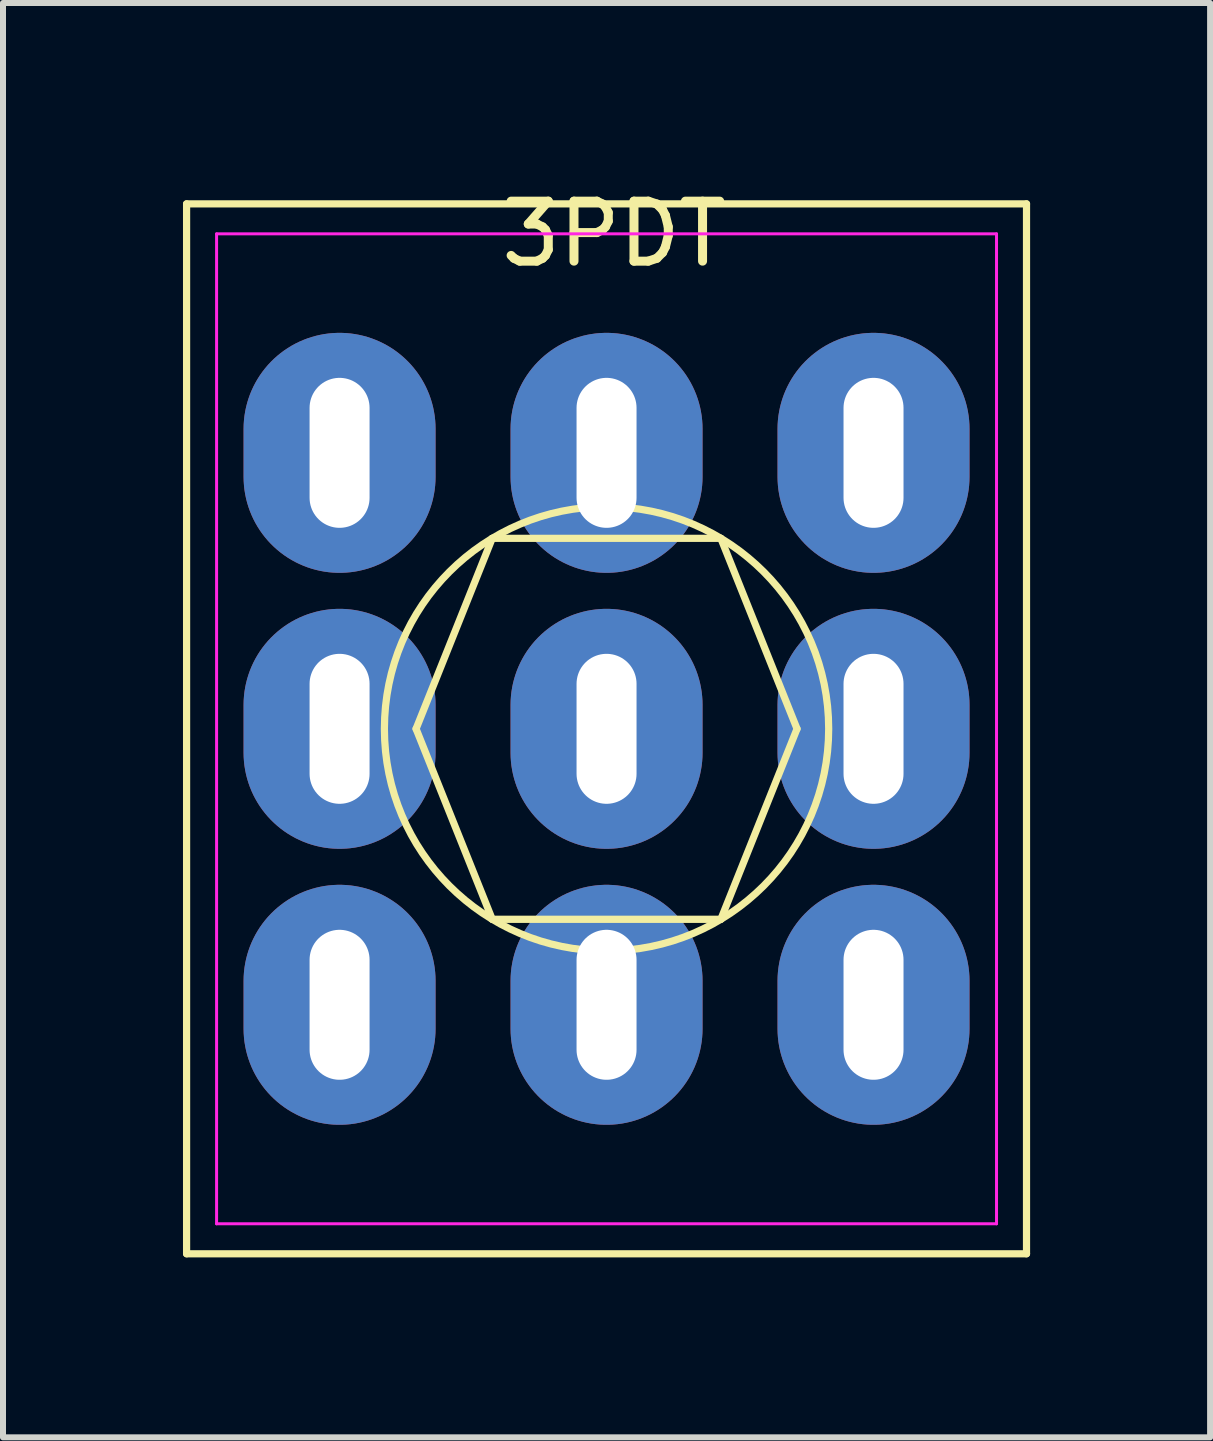
<source format=kicad_pcb>
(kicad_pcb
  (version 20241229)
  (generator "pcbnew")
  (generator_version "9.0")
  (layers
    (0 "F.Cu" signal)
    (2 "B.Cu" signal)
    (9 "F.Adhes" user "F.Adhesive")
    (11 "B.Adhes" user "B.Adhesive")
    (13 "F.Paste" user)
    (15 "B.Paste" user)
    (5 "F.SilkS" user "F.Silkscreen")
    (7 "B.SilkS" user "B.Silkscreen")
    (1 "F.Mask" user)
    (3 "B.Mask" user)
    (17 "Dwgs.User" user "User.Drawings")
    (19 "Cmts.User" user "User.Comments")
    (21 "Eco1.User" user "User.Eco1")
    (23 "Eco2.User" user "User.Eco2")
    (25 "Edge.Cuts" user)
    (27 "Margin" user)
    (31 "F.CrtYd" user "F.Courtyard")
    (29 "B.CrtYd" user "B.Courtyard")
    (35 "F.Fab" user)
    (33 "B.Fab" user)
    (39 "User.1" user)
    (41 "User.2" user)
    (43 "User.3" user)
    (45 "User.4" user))
  (footprint "3PDT"
    (layer "F.Cu")
    (at 7.06 9.098)
    (property "Reference" "3PDT" (at 0.124 -8.25 0) (layer "F.SilkS") (effects (font (size 1 1) (thickness 0.15))))
    (attr through_hole)
    (fp_line (start -7 -8.75) (end 7 -8.75) (stroke (width 0.12) (type solid)) (layer "F.SilkS"))
    (fp_line (start -7 8.75) (end -7 -8.75) (stroke (width 0.12) (type solid)) (layer "F.SilkS"))
    (fp_line (start -3.175 0) (end -1.905 -3.175) (stroke (width 0.12) (type solid)) (layer "F.SilkS"))
    (fp_line (start -1.905 -3.175) (end 1.905 -3.175) (stroke (width 0.12) (type solid)) (layer "F.SilkS"))
    (fp_line (start -1.905 3.175) (end -3.175 0) (stroke (width 0.12) (type solid)) (layer "F.SilkS"))
    (fp_line (start 1.905 -3.175) (end 3.175 0) (stroke (width 0.12) (type solid)) (layer "F.SilkS"))
    (fp_line (start 1.905 3.175) (end -1.905 3.175) (stroke (width 0.12) (type solid)) (layer "F.SilkS"))
    (fp_line (start 3.175 0) (end 1.905 3.175) (stroke (width 0.12) (type solid)) (layer "F.SilkS"))
    (fp_line (start 7 -8.75) (end 7 8.75) (stroke (width 0.12) (type solid)) (layer "F.SilkS"))
    (fp_line (start 7 8.75) (end -7 8.75) (stroke (width 0.12) (type solid)) (layer "F.SilkS"))
    (fp_circle (center 0 0) (end 1.905 3.175) (stroke (width 0.12) (type solid)) (fill no) (layer "F.SilkS"))
    (fp_line (start -6.5 -8.25) (end 6.5 -8.25) (stroke (width 0.05) (type solid)) (layer "F.CrtYd"))
    (fp_line (start -6.5 8.25) (end -6.5 -8.25) (stroke (width 0.05) (type solid)) (layer "F.CrtYd"))
    (fp_line (start 6.5 -8.25) (end 6.5 8.25) (stroke (width 0.05) (type solid)) (layer "F.CrtYd"))
    (fp_line (start 6.5 8.25) (end -6.5 8.25) (stroke (width 0.05) (type solid)) (layer "F.CrtYd"))
    (pad "1" thru_hole oval (at -4.45 4.6) (size 3.2 4) (drill oval 1 2.5) (layers "*.Cu" "*.Mask"))
    (pad "2" thru_hole oval (at 0 4.6) (size 3.2 4) (drill oval 1 2.5) (layers "*.Cu" "*.Mask"))
    (pad "3" thru_hole oval (at 4.45 4.6) (size 3.2 4) (drill oval 1 2.5) (layers "*.Cu" "*.Mask"))
    (pad "4" thru_hole oval (at -4.45 0 180) (size 3.2 4) (drill oval 1 2.5) (layers "*.Cu" "*.Mask"))
    (pad "5" thru_hole oval (at 0 0 180) (size 3.2 4) (drill oval 1 2.5) (layers "*.Cu" "*.Mask"))
    (pad "6" thru_hole oval (at 4.45 0 180) (size 3.2 4) (drill oval 1 2.5) (layers "*.Cu" "*.Mask"))
    (pad "7" thru_hole oval (at -4.45 -4.6 180) (size 3.2 4) (drill oval 1 2.5) (layers "*.Cu" "*.Mask"))
    (pad "8" thru_hole oval (at 0 -4.6 180) (size 3.2 4) (drill oval 1 2.5) (layers "*.Cu" "*.Mask"))
    (pad "9" thru_hole oval (at 4.45 -4.6 180) (size 3.2 4) (drill oval 1 2.5) (layers "*.Cu" "*.Mask")))
  (gr_rect
    (start -3 -3)
    (end 17.12 20.908)
    (stroke (width 0.1) (type default))
    (fill no)
    (layer "Edge.Cuts")))
</source>
